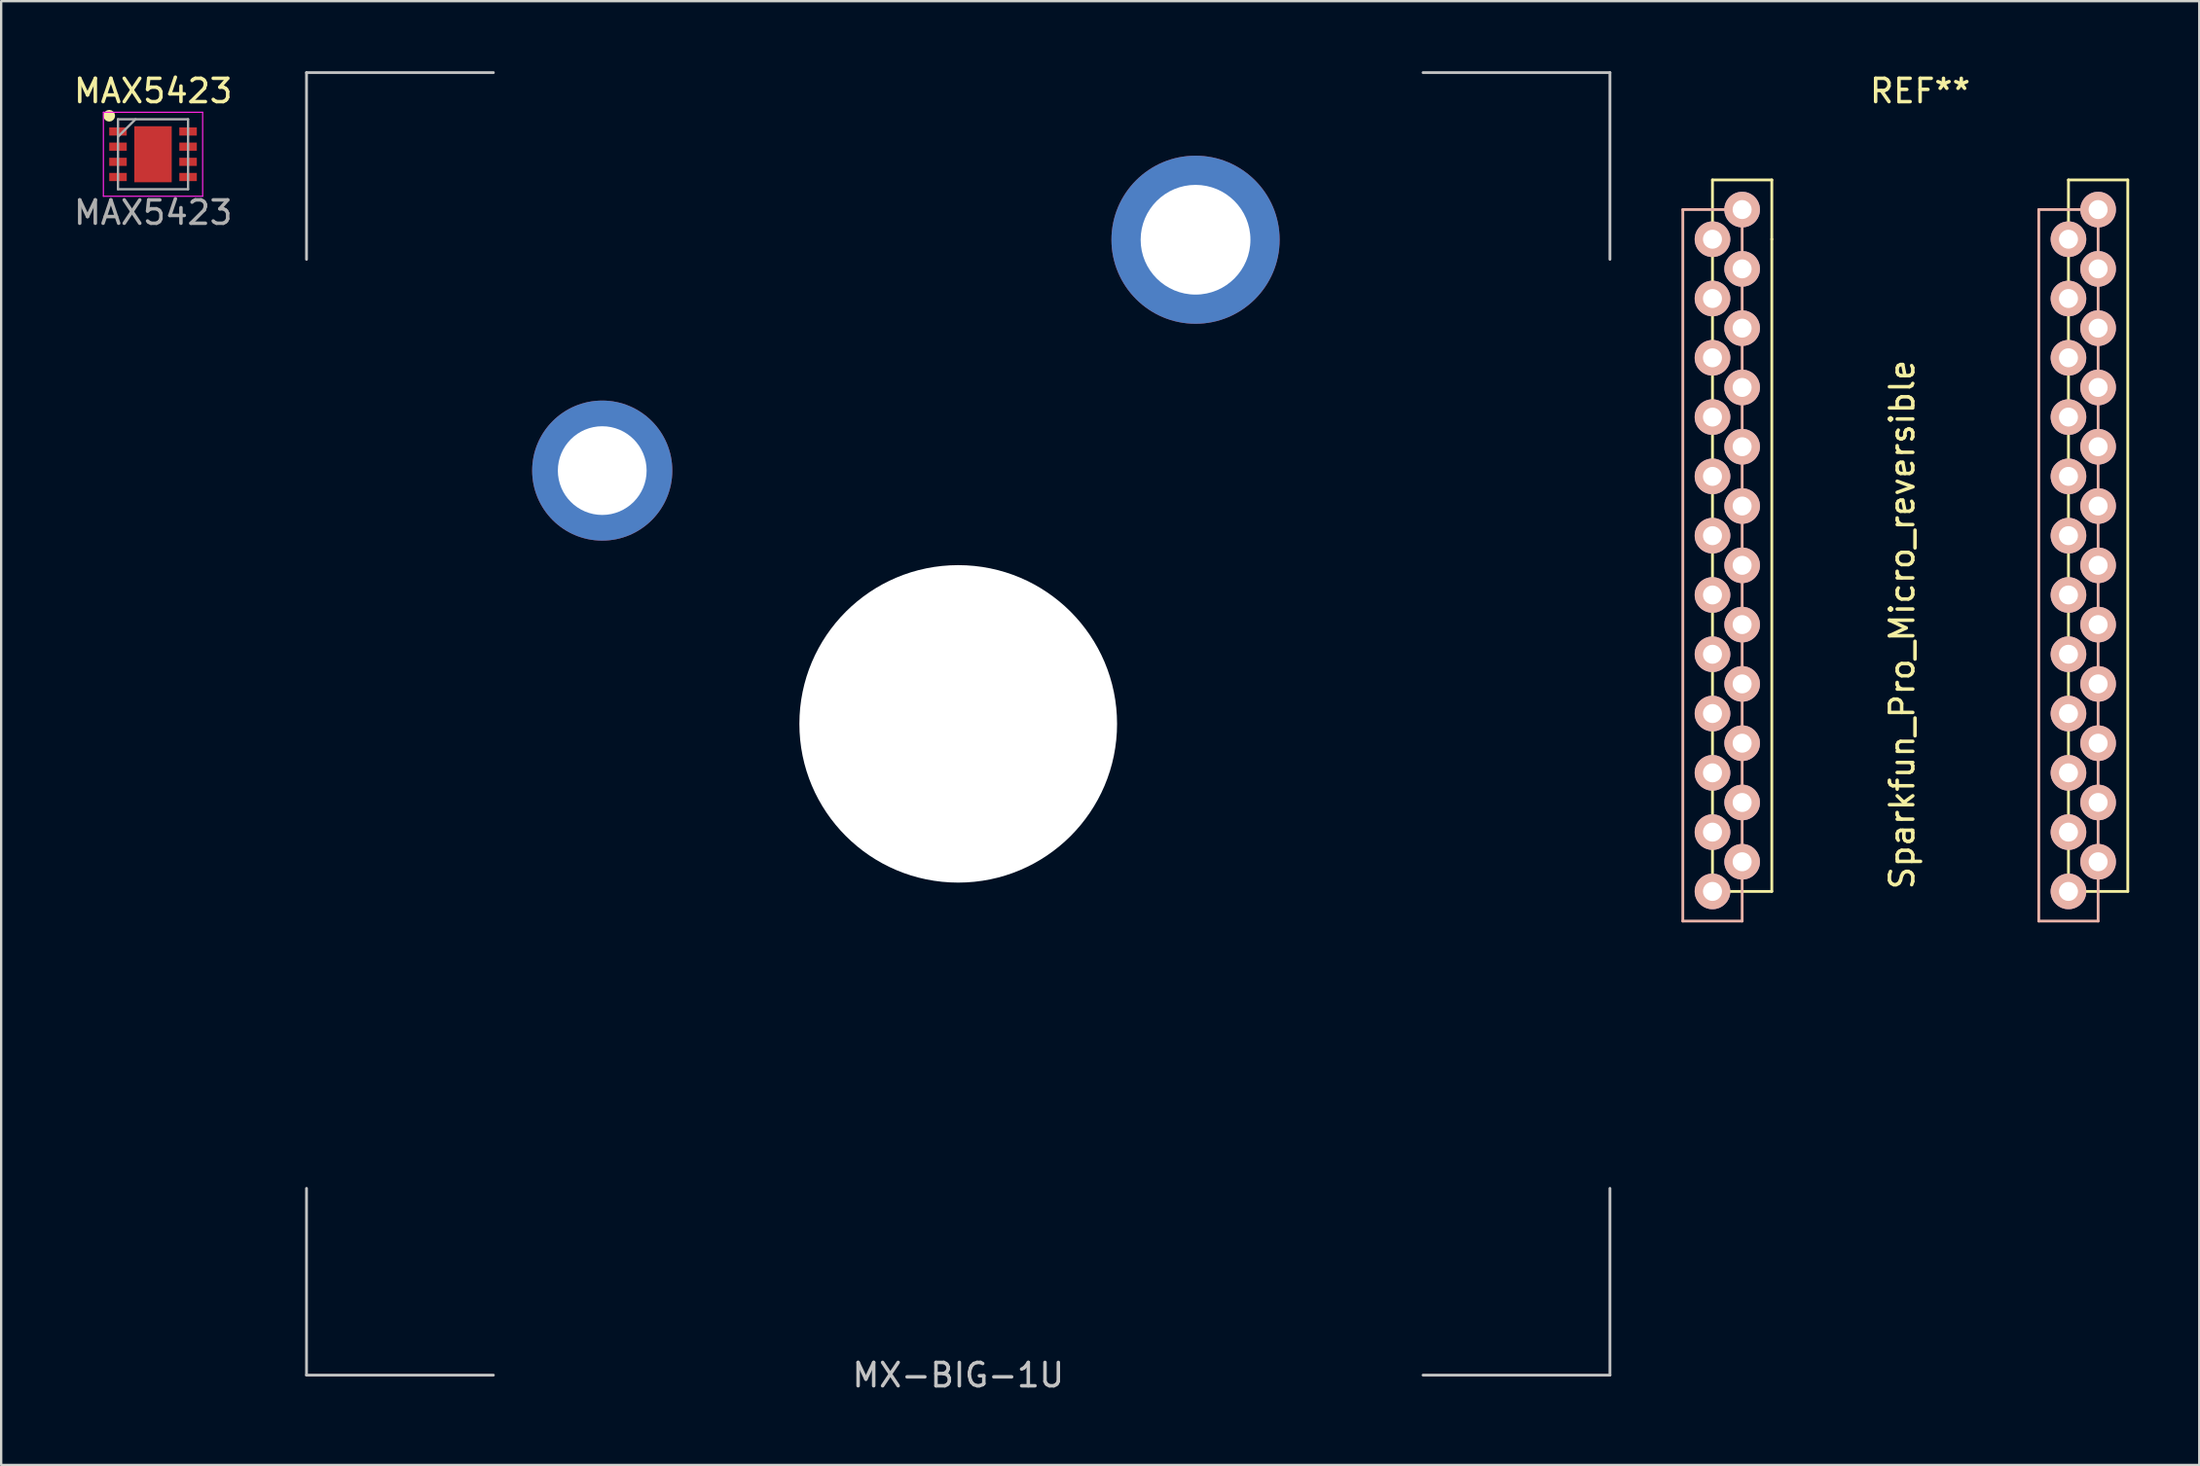
<source format=kicad_pcb>
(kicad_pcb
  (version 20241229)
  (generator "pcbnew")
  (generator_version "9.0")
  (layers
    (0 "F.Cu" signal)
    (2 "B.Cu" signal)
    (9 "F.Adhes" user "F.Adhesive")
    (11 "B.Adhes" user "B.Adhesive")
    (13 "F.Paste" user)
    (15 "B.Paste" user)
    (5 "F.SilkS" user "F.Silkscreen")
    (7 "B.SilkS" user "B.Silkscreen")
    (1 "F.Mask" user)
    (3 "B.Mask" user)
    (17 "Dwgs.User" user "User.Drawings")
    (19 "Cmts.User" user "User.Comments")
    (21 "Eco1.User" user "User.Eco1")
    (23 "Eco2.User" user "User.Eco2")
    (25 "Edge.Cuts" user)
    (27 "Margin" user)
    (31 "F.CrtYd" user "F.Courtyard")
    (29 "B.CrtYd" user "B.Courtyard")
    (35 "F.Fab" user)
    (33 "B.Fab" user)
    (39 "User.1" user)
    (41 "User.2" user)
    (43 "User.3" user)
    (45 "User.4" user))
  (footprint "MAX5423"
    (layer "F.Cu")
    (at 3.506 3.558)
    (property "Reference" "MAX5423" (at 0 -2.71 0) (unlocked yes) (layer "F.SilkS") (effects (font (size 1 1) (thickness 0.15))))
    (attr smd)
    (fp_circle (center -1.88 -1.65) (end -1.88 -1.525) (stroke (width 0.25) (type solid)) (fill no) (layer "F.SilkS"))
    (fp_line (start -2.13 -1.8) (end 2.12 -1.8) (stroke (width 0.05) (type solid)) (layer "F.CrtYd"))
    (fp_line (start -2.13 1.8) (end -2.13 -1.8) (stroke (width 0.05) (type solid)) (layer "F.CrtYd"))
    (fp_line (start 2.12 -1.8) (end 2.12 1.8) (stroke (width 0.05) (type solid)) (layer "F.CrtYd"))
    (fp_line (start 2.12 1.8) (end -2.13 1.8) (stroke (width 0.05) (type solid)) (layer "F.CrtYd"))
    (fp_line (start -1.505 -1.5) (end 1.495 -1.5) (stroke (width 0.1) (type solid)) (layer "F.Fab"))
    (fp_line (start -1.505 -0.75) (end -0.755 -1.5) (stroke (width 0.1) (type solid)) (layer "F.Fab"))
    (fp_line (start -1.505 1.5) (end -1.505 -1.5) (stroke (width 0.1) (type solid)) (layer "F.Fab"))
    (fp_line (start 1.495 -1.5) (end 1.495 1.5) (stroke (width 0.1) (type solid)) (layer "F.Fab"))
    (fp_line (start 1.495 1.5) (end -1.505 1.5) (stroke (width 0.1) (type solid)) (layer "F.Fab"))
    (fp_text user "${REFERENCE}" (at 0 2.5 0) (unlocked yes) (layer "F.Fab") (effects (font (size 1 1) (thickness 0.15))))
    (pad "1" smd rect (at -1.505 -0.975 90) (size 0.35 0.75) (layers "F.Cu" "F.Mask" "F.Paste"))
    (pad "2" smd rect (at -1.505 -0.325 90) (size 0.35 0.75) (layers "F.Cu" "F.Mask" "F.Paste"))
    (pad "3" smd rect (at -1.505 0.325 90) (size 0.35 0.75) (layers "F.Cu" "F.Mask" "F.Paste"))
    (pad "4" smd rect (at -1.505 0.975 90) (size 0.35 0.75) (layers "F.Cu" "F.Mask" "F.Paste"))
    (pad "5" smd rect (at 1.495 0.975 90) (size 0.35 0.75) (layers "F.Cu" "F.Mask" "F.Paste"))
    (pad "6" smd rect (at 1.495 0.325 90) (size 0.35 0.75) (layers "F.Cu" "F.Mask" "F.Paste"))
    (pad "7" smd rect (at 1.495 -0.325 90) (size 0.35 0.75) (layers "F.Cu" "F.Mask" "F.Paste"))
    (pad "8" smd rect (at 1.495 -0.975 90) (size 0.35 0.75) (layers "F.Cu" "F.Mask" "F.Paste"))
    (pad "9" smd rect (at -0.005 0) (size 1.6 2.4) (layers "F.Cu" "F.Mask" "F.Paste")))
  (footprint "Sparkfun_Pro_Micro_reversible"
    (layer "F.Cu")
    (at 79.152 21.168)
    (property "Reference" "Sparkfun_Pro_Micro_reversible" (at -0.77 2.54 90) (layer "F.SilkS") (effects (font (size 1 1) (thickness 0.15))))
    (attr through_hole)
    (fp_line (start -8.89 13.97) (end -8.89 -16.51) (stroke (width 0.12) (type solid)) (layer "F.SilkS"))
    (fp_line (start -6.35 -16.51) (end -8.89 -16.51) (stroke (width 0.12) (type solid)) (layer "F.SilkS"))
    (fp_line (start -6.35 -13.97) (end -6.35 -16.51) (stroke (width 0.12) (type solid)) (layer "F.SilkS"))
    (fp_line (start -6.35 -13.97) (end -6.35 13.97) (stroke (width 0.12) (type solid)) (layer "F.SilkS"))
    (fp_line (start -6.35 13.97) (end -8.89 13.97) (stroke (width 0.12) (type solid)) (layer "F.SilkS"))
    (fp_line (start 6.35 -16.51) (end 6.35 13.97) (stroke (width 0.12) (type solid)) (layer "F.SilkS"))
    (fp_line (start 6.35 -16.51) (end 8.89 -16.51) (stroke (width 0.12) (type solid)) (layer "F.SilkS"))
    (fp_line (start 6.35 13.97) (end 8.89 13.97) (stroke (width 0.12) (type solid)) (layer "F.SilkS"))
    (fp_line (start 8.89 -16.51) (end 8.89 13.97) (stroke (width 0.12) (type solid)) (layer "F.SilkS"))
    (fp_line (start -10.16 -15.24) (end -10.16 15.24) (stroke (width 0.12) (type solid)) (layer "B.SilkS"))
    (fp_line (start -10.16 15.24) (end -7.62 15.24) (stroke (width 0.12) (type solid)) (layer "B.SilkS"))
    (fp_line (start -7.62 -15.24) (end -10.16 -15.24) (stroke (width 0.12) (type solid)) (layer "B.SilkS"))
    (fp_line (start -7.62 15.24) (end -7.62 -15.24) (stroke (width 0.12) (type solid)) (layer "B.SilkS"))
    (fp_line (start 5.08 -15.24) (end 7.62 -15.24) (stroke (width 0.12) (type solid)) (layer "B.SilkS"))
    (fp_line (start 5.08 15.24) (end 5.08 -15.24) (stroke (width 0.12) (type solid)) (layer "B.SilkS"))
    (fp_line (start 7.62 -15.24) (end 7.62 15.24) (stroke (width 0.12) (type solid)) (layer "B.SilkS"))
    (fp_line (start 7.62 15.24) (end 5.08 15.24) (stroke (width 0.12) (type solid)) (layer "B.SilkS"))
    (fp_text user "REF**" (at 0 -20.32 0) (layer "F.SilkS") (effects (font (size 1 1) (thickness 0.15))))
    (pad "1" thru_hole circle (at -8.89 -13.97 180) (size 1.524 1.524) (drill 0.813) (layers "*.Cu" "*.Mask" "B.SilkS"))
    (pad "1" thru_hole circle (at 7.62 -15.24 180) (size 1.524 1.524) (drill 0.813) (layers "*.Cu" "*.Mask" "B.SilkS"))
    (pad "2" thru_hole circle (at -8.89 -11.43 180) (size 1.524 1.524) (drill 0.813) (layers "*.Cu" "*.Mask" "B.SilkS"))
    (pad "2" thru_hole circle (at 7.62 -12.7 180) (size 1.524 1.524) (drill 0.813) (layers "*.Cu" "*.Mask" "B.SilkS"))
    (pad "3" thru_hole circle (at -8.89 -8.89 180) (size 1.524 1.524) (drill 0.813) (layers "*.Cu" "*.Mask" "B.SilkS"))
    (pad "3" thru_hole circle (at 7.62 -10.16 180) (size 1.524 1.524) (drill 0.813) (layers "*.Cu" "*.Mask" "B.SilkS"))
    (pad "4" thru_hole circle (at -8.89 -6.35 180) (size 1.524 1.524) (drill 0.813) (layers "*.Cu" "*.Mask" "B.SilkS"))
    (pad "4" thru_hole circle (at 7.62 -7.62 180) (size 1.524 1.524) (drill 0.813) (layers "*.Cu" "*.Mask" "B.SilkS"))
    (pad "5" thru_hole circle (at -8.89 -3.81 180) (size 1.524 1.524) (drill 0.813) (layers "*.Cu" "*.Mask" "B.SilkS"))
    (pad "5" thru_hole circle (at 7.62 -5.08 180) (size 1.524 1.524) (drill 0.813) (layers "*.Cu" "*.Mask" "B.SilkS"))
    (pad "6" thru_hole circle (at -8.89 -1.27 180) (size 1.524 1.524) (drill 0.813) (layers "*.Cu" "*.Mask" "B.SilkS"))
    (pad "6" thru_hole circle (at 7.62 -2.54 180) (size 1.524 1.524) (drill 0.813) (layers "*.Cu" "*.Mask" "B.SilkS"))
    (pad "7" thru_hole circle (at -8.89 1.27 180) (size 1.524 1.524) (drill 0.813) (layers "*.Cu" "*.Mask" "B.SilkS"))
    (pad "7" thru_hole circle (at 7.62 0 180) (size 1.524 1.524) (drill 0.813) (layers "*.Cu" "*.Mask" "B.SilkS"))
    (pad "8" thru_hole circle (at -8.89 3.81 180) (size 1.524 1.524) (drill 0.813) (layers "*.Cu" "*.Mask" "B.SilkS"))
    (pad "8" thru_hole circle (at 7.62 2.54 180) (size 1.524 1.524) (drill 0.813) (layers "*.Cu" "*.Mask" "B.SilkS"))
    (pad "9" thru_hole circle (at -8.89 6.35 180) (size 1.524 1.524) (drill 0.813) (layers "*.Cu" "*.Mask" "B.SilkS"))
    (pad "9" thru_hole circle (at 7.62 5.08 180) (size 1.524 1.524) (drill 0.813) (layers "*.Cu" "*.Mask" "B.SilkS"))
    (pad "10" thru_hole circle (at -8.89 8.89 180) (size 1.524 1.524) (drill 0.813) (layers "*.Cu" "*.Mask" "B.SilkS"))
    (pad "10" thru_hole circle (at 7.62 7.62 180) (size 1.524 1.524) (drill 0.813) (layers "*.Cu" "*.Mask" "B.SilkS"))
    (pad "11" thru_hole circle (at -8.89 11.43 180) (size 1.524 1.524) (drill 0.813) (layers "*.Cu" "*.Mask" "B.SilkS"))
    (pad "11" thru_hole circle (at 7.62 10.16 180) (size 1.524 1.524) (drill 0.813) (layers "*.Cu" "*.Mask" "B.SilkS"))
    (pad "12" thru_hole circle (at -8.89 13.97 180) (size 1.524 1.524) (drill 0.813) (layers "*.Cu" "*.Mask" "B.SilkS"))
    (pad "12" thru_hole circle (at 7.62 12.7 180) (size 1.524 1.524) (drill 0.813) (layers "*.Cu" "*.Mask" "B.SilkS"))
    (pad "13" thru_hole circle (at -7.62 12.7 180) (size 1.524 1.524) (drill 0.813) (layers "*.Cu" "*.Mask" "B.SilkS"))
    (pad "13" thru_hole circle (at 6.35 13.97 180) (size 1.524 1.524) (drill 0.813) (layers "*.Cu" "*.Mask" "B.SilkS"))
    (pad "14" thru_hole circle (at -7.62 10.16 180) (size 1.524 1.524) (drill 0.813) (layers "*.Cu" "*.Mask" "B.SilkS"))
    (pad "14" thru_hole circle (at 6.35 11.43 180) (size 1.524 1.524) (drill 0.813) (layers "*.Cu" "*.Mask" "B.SilkS"))
    (pad "15" thru_hole circle (at -7.62 7.62 180) (size 1.524 1.524) (drill 0.813) (layers "*.Cu" "*.Mask" "B.SilkS"))
    (pad "15" thru_hole circle (at 6.35 8.89 180) (size 1.524 1.524) (drill 0.813) (layers "*.Cu" "*.Mask" "B.SilkS"))
    (pad "16" thru_hole circle (at -7.62 5.08 180) (size 1.524 1.524) (drill 0.813) (layers "*.Cu" "*.Mask" "B.SilkS"))
    (pad "16" thru_hole circle (at 6.35 6.35 180) (size 1.524 1.524) (drill 0.813) (layers "*.Cu" "*.Mask" "B.SilkS"))
    (pad "17" thru_hole circle (at -7.62 2.54 180) (size 1.524 1.524) (drill 0.813) (layers "*.Cu" "*.Mask" "B.SilkS"))
    (pad "17" thru_hole circle (at 6.35 3.81 180) (size 1.524 1.524) (drill 0.813) (layers "*.Cu" "*.Mask" "B.SilkS"))
    (pad "18" thru_hole circle (at -7.62 0 180) (size 1.524 1.524) (drill 0.813) (layers "*.Cu" "*.Mask" "B.SilkS"))
    (pad "18" thru_hole circle (at 6.35 1.27 180) (size 1.524 1.524) (drill 0.813) (layers "*.Cu" "*.Mask" "B.SilkS"))
    (pad "19" thru_hole circle (at -7.62 -2.54 180) (size 1.524 1.524) (drill 0.813) (layers "*.Cu" "*.Mask" "B.SilkS"))
    (pad "19" thru_hole circle (at 6.35 -1.27 180) (size 1.524 1.524) (drill 0.813) (layers "*.Cu" "*.Mask" "B.SilkS"))
    (pad "20" thru_hole circle (at -7.62 -5.08 180) (size 1.524 1.524) (drill 0.813) (layers "*.Cu" "*.Mask" "B.SilkS"))
    (pad "20" thru_hole circle (at 6.35 -3.81 180) (size 1.524 1.524) (drill 0.813) (layers "*.Cu" "*.Mask" "B.SilkS"))
    (pad "21" thru_hole circle (at -7.62 -7.62 180) (size 1.524 1.524) (drill 0.813) (layers "*.Cu" "*.Mask" "B.SilkS"))
    (pad "21" thru_hole circle (at 6.35 -6.35 180) (size 1.524 1.524) (drill 0.813) (layers "*.Cu" "*.Mask" "B.SilkS"))
    (pad "22" thru_hole circle (at -7.62 -10.16 180) (size 1.524 1.524) (drill 0.813) (layers "*.Cu" "*.Mask" "B.SilkS"))
    (pad "22" thru_hole circle (at 6.35 -8.89 180) (size 1.524 1.524) (drill 0.813) (layers "*.Cu" "*.Mask" "B.SilkS"))
    (pad "23" thru_hole circle (at -7.62 -12.7 180) (size 1.524 1.524) (drill 0.813) (layers "*.Cu" "*.Mask" "B.SilkS"))
    (pad "23" thru_hole circle (at 6.35 -11.43 180) (size 1.524 1.524) (drill 0.813) (layers "*.Cu" "*.Mask" "B.SilkS"))
    (pad "24" thru_hole circle (at -7.62 -15.24 180) (size 1.524 1.524) (drill 0.813) (layers "*.Cu" "*.Mask" "B.SilkS"))
    (pad "24" thru_hole circle (at 6.35 -13.97 180) (size 1.524 1.524) (drill 0.813) (layers "*.Cu" "*.Mask" "B.SilkS")))
  (footprint "MX-BIG-1U"
    (layer "F.Cu")
    (at 37.972 27.96)
    (property "Reference" "MX-BIG-1U" (at 0 27.9 0) (layer "Dwgs.User") (effects (font (size 1 1) (thickness 0.15))))
    (attr through_hole)
    (fp_line (start -27.9 -19.9) (end -27.9 -27.9) (stroke (width 0.12) (type solid)) (layer "Dwgs.User"))
    (fp_line (start -27.9 19.9) (end -27.9 27.9) (stroke (width 0.12) (type solid)) (layer "Dwgs.User"))
    (fp_line (start -19.9 -27.9) (end -27.9 -27.9) (stroke (width 0.12) (type solid)) (layer "Dwgs.User"))
    (fp_line (start -19.9 27.9) (end -27.9 27.9) (stroke (width 0.12) (type solid)) (layer "Dwgs.User"))
    (fp_line (start 19.9 -27.9) (end 27.9 -27.9) (stroke (width 0.12) (type solid)) (layer "Dwgs.User"))
    (fp_line (start 19.9 27.9) (end 27.9 27.9) (stroke (width 0.12) (type solid)) (layer "Dwgs.User"))
    (fp_line (start 27.9 -19.9) (end 27.9 -27.9) (stroke (width 0.12) (type solid)) (layer "Dwgs.User"))
    (fp_line (start 27.9 19.9) (end 27.9 27.9) (stroke (width 0.12) (type solid)) (layer "Dwgs.User"))
    (pad "" np_thru_hole circle (at 0 0) (size 13.6 13.6) (drill 13.6) (layers "*.Cu" "*.Mask"))
    (pad "1" thru_hole circle (at -15.24 -10.85) (size 6 6) (drill 3.8) (layers "*.Cu" "B.Mask"))
    (pad "2" thru_hole circle (at 10.16 -20.74) (size 7.2 7.2) (drill 4.7) (layers "*.Cu" "B.Mask")))
  (gr_rect
    (start -3 -3)
    (end 91.102 59.708)
    (stroke (width 0.1) (type default))
    (fill no)
    (layer "Edge.Cuts")))
</source>
